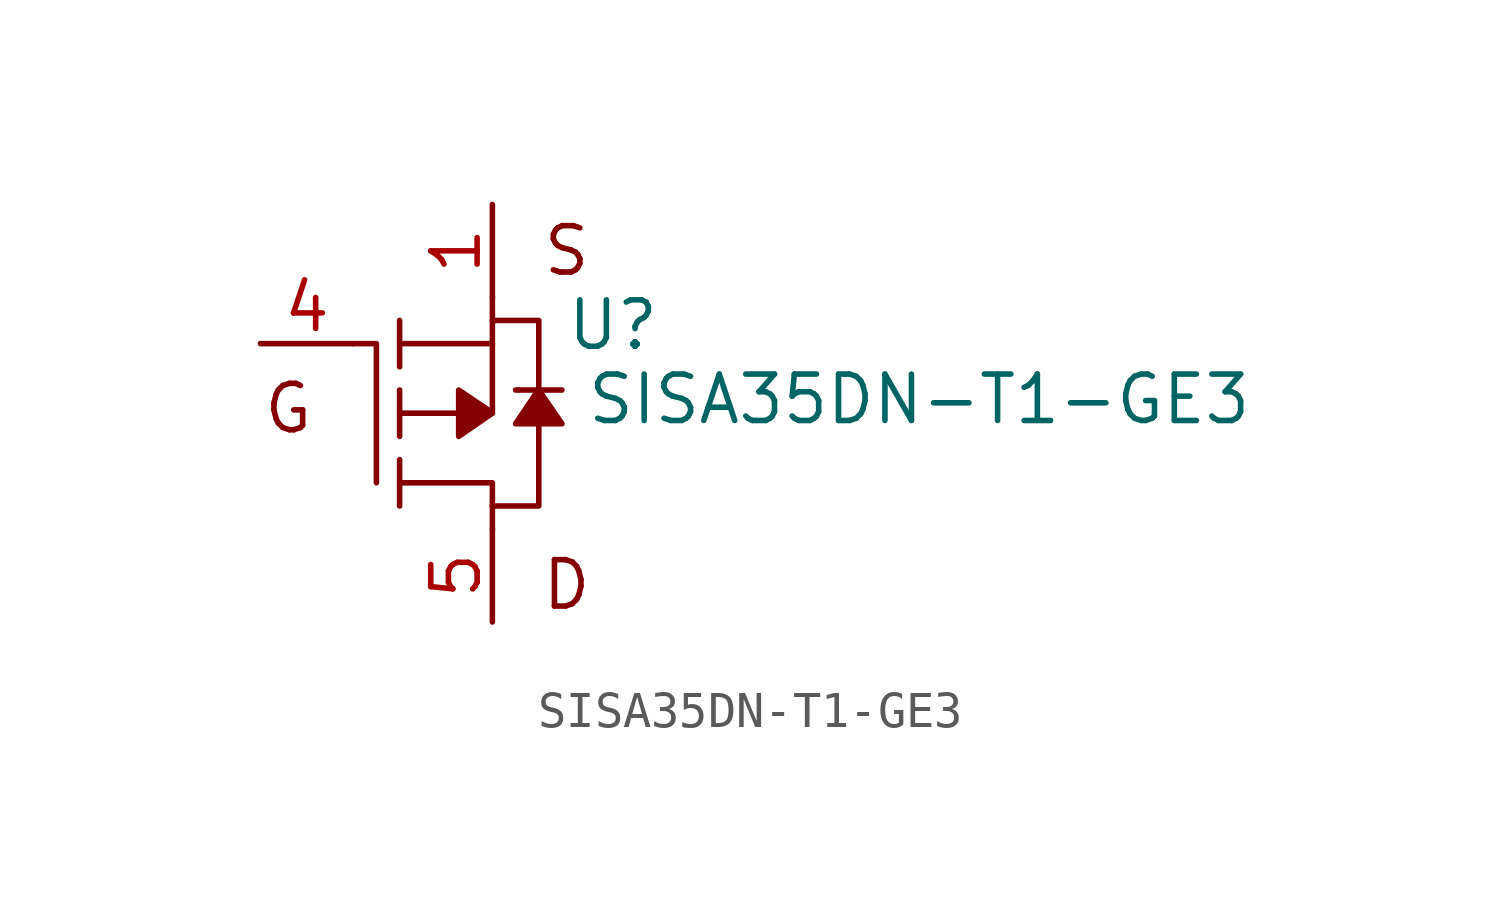
<source format=kicad_sym>
(kicad_symbol_lib
  (version 20231120)
  (generator "kicad_symbol_editor")
  (generator_version "8.0")
  (symbol "SISA35DN-T1-GE3"
    (property "Reference" "U"
      (at 5.842 -3.302 0)
      (effects (font (size 1.27 1.27))))
    (property "MPN" "SISA35DN-T1-GE3"
      (at 14.224 -5.334 0)
      (effects (font (size 1.27 1.27) (color 0 100 100 1))))
    (symbol "SISA35DN-T1-GE3_0_1"
      (polyline (pts (xy 0 -6.985) (xy 0 -8.255)) (stroke (width 0) (type default)) (fill (type none)))
      (polyline (pts (xy 0 -5.715) (xy 1.905 -5.715)) (stroke (width 0) (type default)) (fill (type none)))
      (polyline (pts (xy 0 -5.08) (xy 0 -6.35)) (stroke (width 0) (type default)) (fill (type none)))
      (polyline (pts (xy 0 -3.175) (xy 0 -4.445)) (stroke (width 0) (type default)) (fill (type none)))
      (polyline (pts (xy 2.54 -8.89) (xy 2.54 -8.255)) (stroke (width 0) (type default)) (fill (type none)))
      (polyline (pts (xy 2.54 -3.175) (xy 2.54 -2.54)) (stroke (width 0) (type default)) (fill (type none)))
      (polyline (pts (xy 3.175 -5.08) (xy 4.445 -5.08)) (stroke (width 0) (type default)) (fill (type none)))
      (polyline (pts (xy -0.635 -7.62) (xy -0.635 -3.81) (xy -1.27 -3.81)) (stroke (width 0) (type default)) (fill (type none)))
      (polyline (pts (xy 0 -3.81) (xy 2.54 -3.81) (xy 2.54 -5.715)) (stroke (width 0) (type default)) (fill (type none)))
      (polyline (pts (xy 2.54 -8.255) (xy 2.54 -7.62) (xy 0 -7.62)) (stroke (width 0) (type default)) (fill (type none)))
      (polyline (pts (xy 2.54 -8.255) (xy 3.81 -8.255) (xy 3.81 -5.715)) (stroke (width 0) (type default)) (fill (type none)))
      (polyline (pts (xy 2.54 -5.715) (xy 1.617 -6.35) (xy 1.617 -5.08) (xy 2.54 -5.702)) (stroke (width 0) (type default)) (fill (type outline)))
      (polyline (pts (xy 3.81 -5.08) (xy 3.81 -3.175) (xy 2.54 -3.175) (xy 2.54 -3.81)) (stroke (width 0) (type default)) (fill (type none)))
      (polyline (pts (xy 3.81 -5.08) (xy 4.445 -6.003) (xy 3.175 -6.003) (xy 3.797 -5.08)) (stroke (width 0) (type default)) (fill (type outline))))
    (symbol "SISA35DN-T1-GE3_1_1"
      (text "D" (at 4.572 -10.414 0) (effects (font (size 1.27 1.27))))
      (text "G" (at -3.048 -5.588 0) (effects (font (size 1.27 1.27))))
      (text "S" (at 4.572 -1.27 0) (effects (font (size 1.27 1.27))))
      (pin passive line (at 2.54 0 270) (length 2.54) (name "" (effects (font (size 1.27 1.27)))) (number "1" (effects (font (size 1.27 1.27)))))
      (pin passive line (at 2.54 0 270) (length 2.54) hide (name "" (effects (font (size 1.27 1.27)))) (number "2" (effects (font (size 1.27 1.27)))))
      (pin passive line (at 2.54 0 270) (length 2.54) hide (name "" (effects (font (size 1.27 1.27)))) (number "3" (effects (font (size 1.27 1.27)))))
      (pin passive line (at -3.81 -3.81 0) (length 2.54) (name "" (effects (font (size 1.27 1.27)))) (number "4" (effects (font (size 1.27 1.27)))))
      (pin passive line (at 2.54 -11.43 90) (length 2.54) (name "" (effects (font (size 1.27 1.27)))) (number "5" (effects (font (size 1.27 1.27)))))
      (pin passive line (at 2.54 -11.43 90) (length 2.54) hide (name "" (effects (font (size 1.27 1.27)))) (number "6" (effects (font (size 1.27 1.27)))))
      (pin passive line (at 2.54 -11.43 90) (length 2.54) hide (name "" (effects (font (size 1.27 1.27)))) (number "7" (effects (font (size 1.27 1.27)))))
      (pin passive line (at 2.54 -11.43 90) (length 2.54) hide (name "" (effects (font (size 1.27 1.27)))) (number "8" (effects (font (size 1.27 1.27))))))))
</source>
